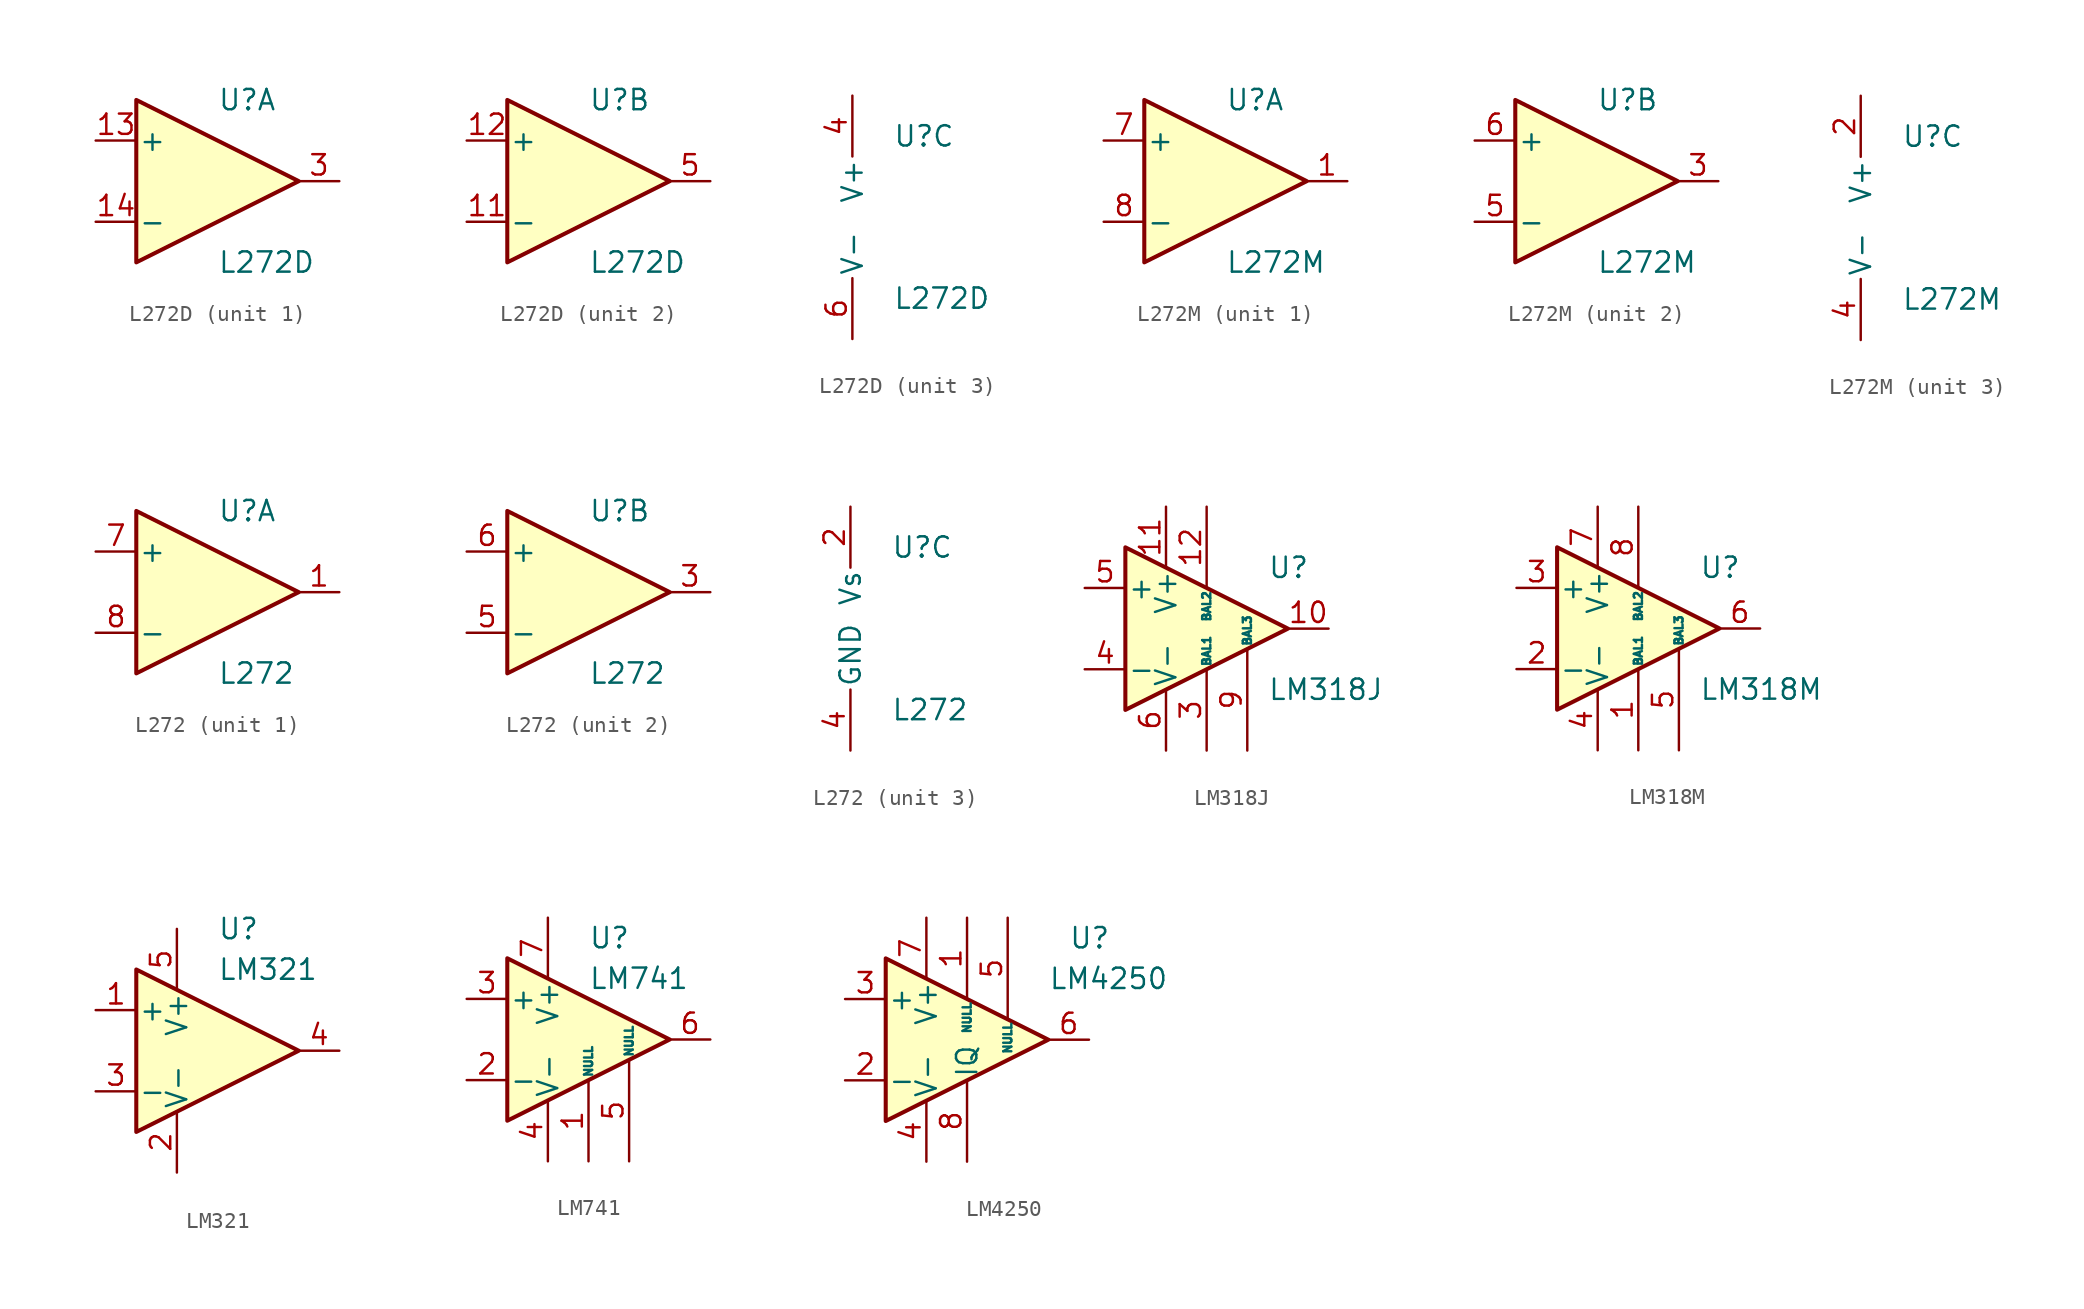
<source format=kicad_sym>
(kicad_symbol_lib
  (version 20200126)
  (host kicad_symbol_editor "(5.99.0-2908-g9a4f92dfd9)")
  (symbol "Bobs_Op_Amps:L272D"
    (pin_names
      (offset 0.127))
    (property "Reference" "U"
      (at 0 5.08 0)
      (effects (font (size 1.27 1.27)) (justify left)))
    (property "Value" "L272D"
      (at 0 -5.08 0)
      (effects (font (size 1.27 1.27)) (justify left)))
    (property "ki_locked" ""
      (at 0 0 0)
      (effects (font (size 1.27 1.27))))
    (symbol "L272D_1_1"
      (polyline (pts (xy -5.08 5.08) (xy 5.08 0) (xy -5.08 -5.08) (xy -5.08 5.08)) (stroke (width 0.254)) (fill (type background)))
      (pin unconnected line (at -2.54 -2.54 90) (length 2.54) hide (name "NC" (effects (font (size 1.27 1.27)))) (number "1" (effects (font (size 1.27 1.27)))))
      (pin input line (at -7.62 2.54 0) (length 2.54) (name "+" (effects (font (size 1.27 1.27)))) (number "13" (effects (font (size 1.27 1.27)))))
      (pin input line (at -7.62 -2.54 0) (length 2.54) (name "-" (effects (font (size 1.27 1.27)))) (number "14" (effects (font (size 1.27 1.27)))))
      (pin unconnected line (at 0 -2.54 90) (length 2.54) hide (name "NC" (effects (font (size 1.27 1.27)))) (number "2" (effects (font (size 1.27 1.27)))))
      (pin output line (at 7.62 0 180) (length 2.54) (name "~" (effects (font (size 1.27 1.27)))) (number "3" (effects (font (size 1.27 1.27)))))
      (pin unconnected line (at -2.54 2.54 90) (length 2.54) hide (name "NC" (effects (font (size 1.27 1.27)))) (number "7" (effects (font (size 1.27 1.27)))))
      (pin unconnected line (at 0 2.54 90) (length 2.54) hide (name "NC" (effects (font (size 1.27 1.27)))) (number "8" (effects (font (size 1.27 1.27))))))
    (symbol "L272D_2_1"
      (polyline (pts (xy -5.08 5.08) (xy 5.08 0) (xy -5.08 -5.08) (xy -5.08 5.08)) (stroke (width 0.254)) (fill (type background)))
      (pin unconnected line (at 0 -2.54 270) (length 2.54) hide (name "NC" (effects (font (size 1.27 1.27)))) (number "10" (effects (font (size 1.27 1.27)))))
      (pin input line (at -7.62 -2.54 0) (length 2.54) (name "-" (effects (font (size 1.27 1.27)))) (number "11" (effects (font (size 1.27 1.27)))))
      (pin input line (at -7.62 2.54 0) (length 2.54) (name "+" (effects (font (size 1.27 1.27)))) (number "12" (effects (font (size 1.27 1.27)))))
      (pin unconnected line (at -2.54 2.54 270) (length 2.54) hide (name "NC" (effects (font (size 1.27 1.27)))) (number "15" (effects (font (size 1.27 1.27)))))
      (pin unconnected line (at 0 2.54 270) (length 2.54) hide (name "NC" (effects (font (size 1.27 1.27)))) (number "16" (effects (font (size 1.27 1.27)))))
      (pin output line (at 7.62 0 180) (length 2.54) (name "~" (effects (font (size 1.27 1.27)))) (number "5" (effects (font (size 1.27 1.27)))))
      (pin unconnected line (at -2.54 -2.54 270) (length 2.54) hide (name "NC" (effects (font (size 1.27 1.27)))) (number "9" (effects (font (size 1.27 1.27))))))
    (symbol "L272D_3_1"
      (pin power_in line (at -2.54 7.62 270) (length 3.81) (name "V+" (effects (font (size 1.27 1.27)))) (number "4" (effects (font (size 1.27 1.27)))))
      (pin power_in line (at -2.54 -7.62 90) (length 3.81) (name "V-" (effects (font (size 1.27 1.27)))) (number "6" (effects (font (size 1.27 1.27)))))))
  (symbol "Bobs_Op_Amps:L272M"
    (pin_names
      (offset 0.127))
    (property "Reference" "U"
      (at 0 5.08 0)
      (effects (font (size 1.27 1.27)) (justify left)))
    (property "Value" "L272M"
      (at 0 -5.08 0)
      (effects (font (size 1.27 1.27)) (justify left)))
    (property "ki_locked" ""
      (at 0 0 0)
      (effects (font (size 1.27 1.27))))
    (symbol "L272M_1_1"
      (polyline (pts (xy -5.08 5.08) (xy 5.08 0) (xy -5.08 -5.08) (xy -5.08 5.08)) (stroke (width 0.254)) (fill (type background)))
      (pin output line (at 7.62 0 180) (length 2.54) (name "~" (effects (font (size 1.27 1.27)))) (number "1" (effects (font (size 1.27 1.27)))))
      (pin input line (at -7.62 2.54 0) (length 2.54) (name "+" (effects (font (size 1.27 1.27)))) (number "7" (effects (font (size 1.27 1.27)))))
      (pin input line (at -7.62 -2.54 0) (length 2.54) (name "-" (effects (font (size 1.27 1.27)))) (number "8" (effects (font (size 1.27 1.27))))))
    (symbol "L272M_2_1"
      (polyline (pts (xy -5.08 5.08) (xy 5.08 0) (xy -5.08 -5.08) (xy -5.08 5.08)) (stroke (width 0.254)) (fill (type background)))
      (pin output line (at 7.62 0 180) (length 2.54) (name "~" (effects (font (size 1.27 1.27)))) (number "3" (effects (font (size 1.27 1.27)))))
      (pin input line (at -7.62 -2.54 0) (length 2.54) (name "-" (effects (font (size 1.27 1.27)))) (number "5" (effects (font (size 1.27 1.27)))))
      (pin input line (at -7.62 2.54 0) (length 2.54) (name "+" (effects (font (size 1.27 1.27)))) (number "6" (effects (font (size 1.27 1.27))))))
    (symbol "L272M_3_1"
      (pin power_in line (at -2.54 7.62 270) (length 3.81) (name "V+" (effects (font (size 1.27 1.27)))) (number "2" (effects (font (size 1.27 1.27)))))
      (pin power_in line (at -2.54 -7.62 90) (length 3.81) (name "V-" (effects (font (size 1.27 1.27)))) (number "4" (effects (font (size 1.27 1.27)))))))
  (symbol "Bobs_Op_Amps:L272"
    (pin_names
      (offset 0.127))
    (property "Reference" "U"
      (at 0 5.08 0)
      (effects (font (size 1.27 1.27)) (justify left)))
    (property "Value" "L272"
      (at 0 -5.08 0)
      (effects (font (size 1.27 1.27)) (justify left)))
    (property "ki_locked" ""
      (at 0 0 0)
      (effects (font (size 1.27 1.27))))
    (symbol "L272_1_1"
      (polyline (pts (xy -5.08 5.08) (xy 5.08 0) (xy -5.08 -5.08) (xy -5.08 5.08)) (stroke (width 0.254)) (fill (type background)))
      (pin output line (at 7.62 0 180) (length 2.54) (name "~" (effects (font (size 1.27 1.27)))) (number "1" (effects (font (size 1.27 1.27)))))
      (pin input line (at -7.62 2.54 0) (length 2.54) (name "+" (effects (font (size 1.27 1.27)))) (number "7" (effects (font (size 1.27 1.27)))))
      (pin input line (at -7.62 -2.54 0) (length 2.54) (name "-" (effects (font (size 1.27 1.27)))) (number "8" (effects (font (size 1.27 1.27))))))
    (symbol "L272_2_1"
      (polyline (pts (xy -5.08 5.08) (xy 5.08 0) (xy -5.08 -5.08) (xy -5.08 5.08)) (stroke (width 0.254)) (fill (type background)))
      (pin output line (at 7.62 0 180) (length 2.54) (name "~" (effects (font (size 1.27 1.27)))) (number "3" (effects (font (size 1.27 1.27)))))
      (pin input line (at -7.62 -2.54 0) (length 2.54) (name "-" (effects (font (size 1.27 1.27)))) (number "5" (effects (font (size 1.27 1.27)))))
      (pin input line (at -7.62 2.54 0) (length 2.54) (name "+" (effects (font (size 1.27 1.27)))) (number "6" (effects (font (size 1.27 1.27))))))
    (symbol "L272_3_1"
      (pin passive line (at -2.54 -7.62 90) (length 3.81) hide (name "GND" (effects (font (size 1.27 1.27)))) (number "10" (effects (font (size 1.27 1.27)))))
      (pin passive line (at -2.54 -7.62 90) (length 3.81) hide (name "GND" (effects (font (size 1.27 1.27)))) (number "11" (effects (font (size 1.27 1.27)))))
      (pin passive line (at -2.54 -7.62 90) (length 3.81) hide (name "GND" (effects (font (size 1.27 1.27)))) (number "12" (effects (font (size 1.27 1.27)))))
      (pin passive line (at -2.54 -7.62 90) (length 3.81) hide (name "GND" (effects (font (size 1.27 1.27)))) (number "13" (effects (font (size 1.27 1.27)))))
      (pin passive line (at -2.54 -7.62 90) (length 3.81) hide (name "GND" (effects (font (size 1.27 1.27)))) (number "14" (effects (font (size 1.27 1.27)))))
      (pin passive line (at -2.54 -7.62 90) (length 3.81) hide (name "GND" (effects (font (size 1.27 1.27)))) (number "15" (effects (font (size 1.27 1.27)))))
      (pin passive line (at -2.54 -7.62 90) (length 3.81) hide (name "GND" (effects (font (size 1.27 1.27)))) (number "16" (effects (font (size 1.27 1.27)))))
      (pin power_in line (at -2.54 7.62 270) (length 3.81) (name "Vs" (effects (font (size 1.27 1.27)))) (number "2" (effects (font (size 1.27 1.27)))))
      (pin power_in line (at -2.54 -7.62 90) (length 3.81) (name "GND" (effects (font (size 1.27 1.27)))) (number "4" (effects (font (size 1.27 1.27)))))
      (pin passive line (at -2.54 -7.62 90) (length 3.81) hide (name "GND" (effects (font (size 1.27 1.27)))) (number "9" (effects (font (size 1.27 1.27)))))))
  (symbol "Bobs_Op_Amps:LM318J"
    (pin_names
      (offset 0.127))
    (property "Reference" "U"
      (at 3.81 3.81 0)
      (effects (font (size 1.27 1.27)) (justify left)))
    (property "Value" "LM318J"
      (at 3.81 -3.81 0)
      (effects (font (size 1.27 1.27)) (justify left)))
    (symbol "LM318J_0_1"
      (polyline (pts (xy 5.08 0) (xy -5.08 5.08) (xy -5.08 -5.08) (xy 5.08 0)) (stroke (width 0.254)) (fill (type background))))
    (symbol "LM318J_1_1"
      (pin unconnected line (at -5.08 2.54 270) (length 2.54) hide (name "NC" (effects (font (size 1.27 1.27)))) (number "1" (effects (font (size 1.27 1.27)))))
      (pin output line (at 7.62 0 180) (length 2.54) (name "~" (effects (font (size 1.27 1.27)))) (number "10" (effects (font (size 1.27 1.27)))))
      (pin power_in line (at -2.54 7.62 270) (length 3.81) (name "V+" (effects (font (size 1.27 1.27)))) (number "11" (effects (font (size 1.27 1.27)))))
      (pin passive line (at 0 7.62 270) (length 5.08) (name "BAL2" (effects (font (size 0.508 0.508)))) (number "12" (effects (font (size 1.27 1.27)))))
      (pin unconnected line (at 0 2.54 270) (length 2.54) hide (name "NC" (effects (font (size 1.27 1.27)))) (number "13" (effects (font (size 1.27 1.27)))))
      (pin unconnected line (at 0 -2.54 90) (length 2.54) hide (name "NC" (effects (font (size 1.27 1.27)))) (number "14" (effects (font (size 1.27 1.27)))))
      (pin unconnected line (at -2.54 2.54 270) (length 2.54) hide (name "NC" (effects (font (size 1.27 1.27)))) (number "2" (effects (font (size 1.27 1.27)))))
      (pin passive line (at 0 -7.62 90) (length 5.08) (name "BAL1" (effects (font (size 0.508 0.508)))) (number "3" (effects (font (size 1.27 1.27)))))
      (pin input line (at -7.62 -2.54 0) (length 2.54) (name "-" (effects (font (size 1.27 1.27)))) (number "4" (effects (font (size 1.27 1.27)))))
      (pin input line (at -7.62 2.54 0) (length 2.54) (name "+" (effects (font (size 1.27 1.27)))) (number "5" (effects (font (size 1.27 1.27)))))
      (pin power_in line (at -2.54 -7.62 90) (length 3.81) (name "V-" (effects (font (size 1.27 1.27)))) (number "6" (effects (font (size 1.27 1.27)))))
      (pin unconnected line (at -5.08 -2.54 90) (length 2.54) hide (name "NC" (effects (font (size 1.27 1.27)))) (number "7" (effects (font (size 1.27 1.27)))))
      (pin unconnected line (at -2.54 -2.54 90) (length 2.54) hide (name "NC" (effects (font (size 1.27 1.27)))) (number "8" (effects (font (size 1.27 1.27)))))
      (pin passive line (at 2.54 -7.62 90) (length 6.35) (name "BAL3" (effects (font (size 0.508 0.508)))) (number "9" (effects (font (size 1.27 1.27)))))))
  (symbol "Bobs_Op_Amps:LM318M"
    (pin_names
      (offset 0.127))
    (property "Reference" "U"
      (at 3.81 3.81 0)
      (effects (font (size 1.27 1.27)) (justify left)))
    (property "Value" "LM318M"
      (at 3.81 -3.81 0)
      (effects (font (size 1.27 1.27)) (justify left)))
    (symbol "LM318M_0_1"
      (polyline (pts (xy 5.08 0) (xy -5.08 5.08) (xy -5.08 -5.08) (xy 5.08 0)) (stroke (width 0.254)) (fill (type background))))
    (symbol "LM318M_1_1"
      (pin passive line (at 0 -7.62 90) (length 5.08) (name "BAL1" (effects (font (size 0.508 0.508)))) (number "1" (effects (font (size 1.27 1.27)))))
      (pin input line (at -7.62 -2.54 0) (length 2.54) (name "-" (effects (font (size 1.27 1.27)))) (number "2" (effects (font (size 1.27 1.27)))))
      (pin input line (at -7.62 2.54 0) (length 2.54) (name "+" (effects (font (size 1.27 1.27)))) (number "3" (effects (font (size 1.27 1.27)))))
      (pin power_in line (at -2.54 -7.62 90) (length 3.81) (name "V-" (effects (font (size 1.27 1.27)))) (number "4" (effects (font (size 1.27 1.27)))))
      (pin passive line (at 2.54 -7.62 90) (length 6.35) (name "BAL3" (effects (font (size 0.508 0.508)))) (number "5" (effects (font (size 1.27 1.27)))))
      (pin output line (at 7.62 0 180) (length 2.54) (name "~" (effects (font (size 1.27 1.27)))) (number "6" (effects (font (size 1.27 1.27)))))
      (pin power_in line (at -2.54 7.62 270) (length 3.81) (name "V+" (effects (font (size 1.27 1.27)))) (number "7" (effects (font (size 1.27 1.27)))))
      (pin passive line (at 0 7.62 270) (length 5.08) (name "BAL2" (effects (font (size 0.508 0.508)))) (number "8" (effects (font (size 1.27 1.27)))))))
  (symbol "Bobs_Op_Amps:LM321"
    (pin_names
      (offset 0.127))
    (property "Reference" "U"
      (at 0 7.62 0)
      (effects (font (size 1.27 1.27)) (justify left)))
    (property "Value" "LM321"
      (at 0 5.08 0)
      (effects (font (size 1.27 1.27)) (justify left)))
    (symbol "LM321_0_1"
      (polyline (pts (xy -5.08 5.08) (xy 5.08 0) (xy -5.08 -5.08) (xy -5.08 5.08)) (stroke (width 0.254)) (fill (type background))))
    (symbol "LM321_1_1"
      (pin input line (at -7.62 2.54 0) (length 2.54) (name "+" (effects (font (size 1.27 1.27)))) (number "1" (effects (font (size 1.27 1.27)))))
      (pin power_in line (at -2.54 -7.62 90) (length 3.81) (name "V-" (effects (font (size 1.27 1.27)))) (number "2" (effects (font (size 1.27 1.27)))))
      (pin input line (at -7.62 -2.54 0) (length 2.54) (name "-" (effects (font (size 1.27 1.27)))) (number "3" (effects (font (size 1.27 1.27)))))
      (pin output line (at 7.62 0 180) (length 2.54) (name "~" (effects (font (size 1.27 1.27)))) (number "4" (effects (font (size 1.27 1.27)))))
      (pin power_in line (at -2.54 7.62 270) (length 3.81) (name "V+" (effects (font (size 1.27 1.27)))) (number "5" (effects (font (size 1.27 1.27)))))))
  (symbol "Bobs_Op_Amps:LM741"
    (pin_names
      (offset 0.127))
    (property "Reference" "U"
      (at 0 6.35 0)
      (effects (font (size 1.27 1.27)) (justify left)))
    (property "Value" "LM741"
      (at 0 3.81 0)
      (effects (font (size 1.27 1.27)) (justify left)))
    (symbol "LM741_0_1"
      (polyline (pts (xy -5.08 5.08) (xy 5.08 0) (xy -5.08 -5.08) (xy -5.08 5.08)) (stroke (width 0.254)) (fill (type background))))
    (symbol "LM741_1_1"
      (pin input line (at 0 -7.62 90) (length 5.08) (name "NULL" (effects (font (size 0.508 0.508)))) (number "1" (effects (font (size 1.27 1.27)))))
      (pin input line (at -7.62 -2.54 0) (length 2.54) (name "-" (effects (font (size 1.27 1.27)))) (number "2" (effects (font (size 1.27 1.27)))))
      (pin input line (at -7.62 2.54 0) (length 2.54) (name "+" (effects (font (size 1.27 1.27)))) (number "3" (effects (font (size 1.27 1.27)))))
      (pin power_in line (at -2.54 -7.62 90) (length 3.81) (name "V-" (effects (font (size 1.27 1.27)))) (number "4" (effects (font (size 1.27 1.27)))))
      (pin input line (at 2.54 -7.62 90) (length 6.35) (name "NULL" (effects (font (size 0.508 0.508)))) (number "5" (effects (font (size 1.27 1.27)))))
      (pin output line (at 7.62 0 180) (length 2.54) (name "~" (effects (font (size 1.27 1.27)))) (number "6" (effects (font (size 1.27 1.27)))))
      (pin power_in line (at -2.54 7.62 270) (length 3.81) (name "V+" (effects (font (size 1.27 1.27)))) (number "7" (effects (font (size 1.27 1.27)))))
      (pin unconnected line (at 0 2.54 270) (length 2.54) hide (name "NC" (effects (font (size 1.27 1.27)))) (number "8" (effects (font (size 1.27 1.27)))))))
  (symbol "Bobs_Op_Amps:LM4250"
    (pin_names
      (offset 0.127))
    (property "Reference" "U"
      (at 6.35 6.35 0)
      (effects (font (size 1.27 1.27)) (justify left)))
    (property "Value" "LM4250"
      (at 5.08 3.81 0)
      (effects (font (size 1.27 1.27)) (justify left)))
    (symbol "LM4250_0_1"
      (polyline (pts (xy -5.08 5.08) (xy 5.08 0) (xy -5.08 -5.08) (xy -5.08 5.08)) (stroke (width 0.254)) (fill (type background))))
    (symbol "LM4250_1_1"
      (pin input line (at 0 7.62 270) (length 5.08) (name "NULL" (effects (font (size 0.508 0.508)))) (number "1" (effects (font (size 1.27 1.27)))))
      (pin input line (at -7.62 -2.54 0) (length 2.54) (name "-" (effects (font (size 1.27 1.27)))) (number "2" (effects (font (size 1.27 1.27)))))
      (pin input line (at -7.62 2.54 0) (length 2.54) (name "+" (effects (font (size 1.27 1.27)))) (number "3" (effects (font (size 1.27 1.27)))))
      (pin power_in line (at -2.54 -7.62 90) (length 3.81) (name "V-" (effects (font (size 1.27 1.27)))) (number "4" (effects (font (size 1.27 1.27)))))
      (pin input line (at 2.54 7.62 270) (length 6.35) (name "NULL" (effects (font (size 0.508 0.508)))) (number "5" (effects (font (size 1.27 1.27)))))
      (pin output line (at 7.62 0 180) (length 2.54) (name "~" (effects (font (size 1.27 1.27)))) (number "6" (effects (font (size 1.27 1.27)))))
      (pin power_in line (at -2.54 7.62 270) (length 3.81) (name "V+" (effects (font (size 1.27 1.27)))) (number "7" (effects (font (size 1.27 1.27)))))
      (pin input line (at 0 -7.62 90) (length 5.08) (name "IQ" (effects (font (size 1.27 1.27)))) (number "8" (effects (font (size 1.27 1.27))))))))
</source>
